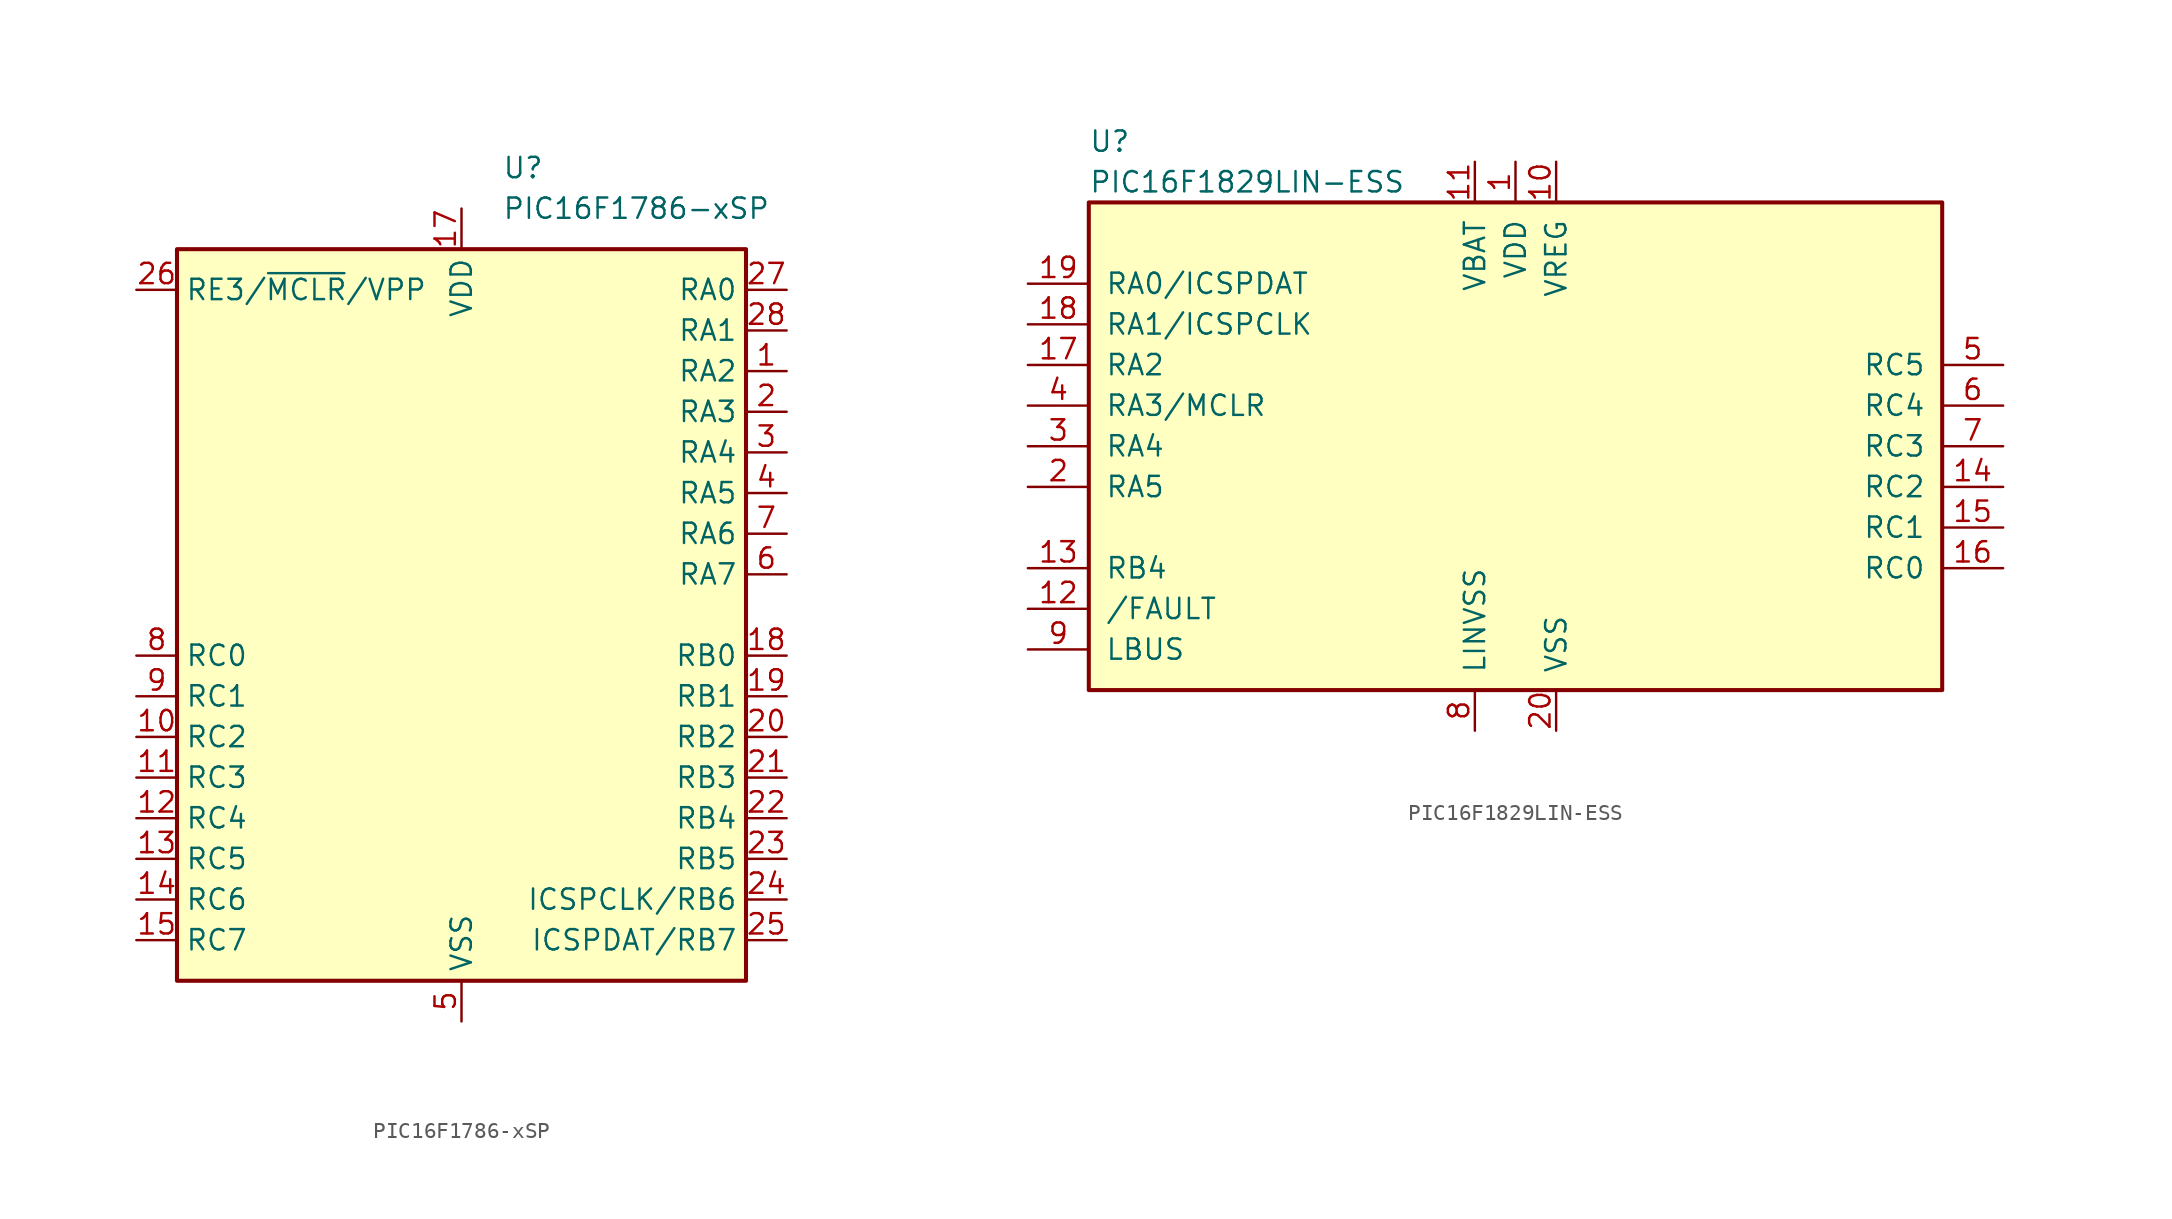
<source format=kicad_sym>
(kicad_symbol_lib
  (version 20201005)
  (generator kicad_symbol_editor)
  (symbol "PIC16F1786-xSP"
    (property "Reference" "U"
      (at 2.54 27.94 0)
      (effects (font (size 1.27 1.27)) (justify left)))
    (property "Value" "PIC16F1786-xSP"
      (at 2.54 25.4 0)
      (effects (font (size 1.27 1.27)) (justify left)))
    (symbol "PIC16F1786-xSP_0_1"
      (rectangle (start -17.78 -22.86) (end 17.78 22.86) (stroke (width 0.254)) (fill (type background))))
    (symbol "PIC16F1786-xSP_1_1"
      (pin bidirectional line (at 20.32 15.24 180) (length 2.54) (name "RA2" (effects (font (size 1.27 1.27)))) (number "1" (effects (font (size 1.27 1.27)))))
      (pin bidirectional line (at -20.32 -7.62 0) (length 2.54) (name "RC2" (effects (font (size 1.27 1.27)))) (number "10" (effects (font (size 1.27 1.27)))))
      (pin bidirectional line (at -20.32 -10.16 0) (length 2.54) (name "RC3" (effects (font (size 1.27 1.27)))) (number "11" (effects (font (size 1.27 1.27)))))
      (pin bidirectional line (at -20.32 -12.7 0) (length 2.54) (name "RC4" (effects (font (size 1.27 1.27)))) (number "12" (effects (font (size 1.27 1.27)))))
      (pin bidirectional line (at -20.32 -15.24 0) (length 2.54) (name "RC5" (effects (font (size 1.27 1.27)))) (number "13" (effects (font (size 1.27 1.27)))))
      (pin bidirectional line (at -20.32 -17.78 0) (length 2.54) (name "RC6" (effects (font (size 1.27 1.27)))) (number "14" (effects (font (size 1.27 1.27)))))
      (pin bidirectional line (at -20.32 -20.32 0) (length 2.54) (name "RC7" (effects (font (size 1.27 1.27)))) (number "15" (effects (font (size 1.27 1.27)))))
      (pin passive line (at 0 -25.4 90) (length 2.54) hide (name "VSS" (effects (font (size 1.27 1.27)))) (number "16" (effects (font (size 1.27 1.27)))))
      (pin power_in line (at 0 25.4 270) (length 2.54) (name "VDD" (effects (font (size 1.27 1.27)))) (number "17" (effects (font (size 1.27 1.27)))))
      (pin bidirectional line (at 20.32 -2.54 180) (length 2.54) (name "RB0" (effects (font (size 1.27 1.27)))) (number "18" (effects (font (size 1.27 1.27)))))
      (pin bidirectional line (at 20.32 -5.08 180) (length 2.54) (name "RB1" (effects (font (size 1.27 1.27)))) (number "19" (effects (font (size 1.27 1.27)))))
      (pin bidirectional line (at 20.32 12.7 180) (length 2.54) (name "RA3" (effects (font (size 1.27 1.27)))) (number "2" (effects (font (size 1.27 1.27)))))
      (pin bidirectional line (at 20.32 -7.62 180) (length 2.54) (name "RB2" (effects (font (size 1.27 1.27)))) (number "20" (effects (font (size 1.27 1.27)))))
      (pin bidirectional line (at 20.32 -10.16 180) (length 2.54) (name "RB3" (effects (font (size 1.27 1.27)))) (number "21" (effects (font (size 1.27 1.27)))))
      (pin bidirectional line (at 20.32 -12.7 180) (length 2.54) (name "RB4" (effects (font (size 1.27 1.27)))) (number "22" (effects (font (size 1.27 1.27)))))
      (pin bidirectional line (at 20.32 -15.24 180) (length 2.54) (name "RB5" (effects (font (size 1.27 1.27)))) (number "23" (effects (font (size 1.27 1.27)))))
      (pin bidirectional line (at 20.32 -17.78 180) (length 2.54) (name "ICSPCLK/RB6" (effects (font (size 1.27 1.27)))) (number "24" (effects (font (size 1.27 1.27)))))
      (pin bidirectional line (at 20.32 -20.32 180) (length 2.54) (name "ICSPDAT/RB7" (effects (font (size 1.27 1.27)))) (number "25" (effects (font (size 1.27 1.27)))))
      (pin input line (at -20.32 20.32 0) (length 2.54) (name "RE3/~MCLR~/VPP" (effects (font (size 1.27 1.27)))) (number "26" (effects (font (size 1.27 1.27)))))
      (pin bidirectional line (at 20.32 20.32 180) (length 2.54) (name "RA0" (effects (font (size 1.27 1.27)))) (number "27" (effects (font (size 1.27 1.27)))))
      (pin bidirectional line (at 20.32 17.78 180) (length 2.54) (name "RA1" (effects (font (size 1.27 1.27)))) (number "28" (effects (font (size 1.27 1.27)))))
      (pin bidirectional line (at 20.32 10.16 180) (length 2.54) (name "RA4" (effects (font (size 1.27 1.27)))) (number "3" (effects (font (size 1.27 1.27)))))
      (pin bidirectional line (at 20.32 7.62 180) (length 2.54) (name "RA5" (effects (font (size 1.27 1.27)))) (number "4" (effects (font (size 1.27 1.27)))))
      (pin power_in line (at 0 -25.4 90) (length 2.54) (name "VSS" (effects (font (size 1.27 1.27)))) (number "5" (effects (font (size 1.27 1.27)))))
      (pin bidirectional line (at 20.32 2.54 180) (length 2.54) (name "RA7" (effects (font (size 1.27 1.27)))) (number "6" (effects (font (size 1.27 1.27)))))
      (pin bidirectional line (at 20.32 5.08 180) (length 2.54) (name "RA6" (effects (font (size 1.27 1.27)))) (number "7" (effects (font (size 1.27 1.27)))))
      (pin bidirectional line (at -20.32 -2.54 0) (length 2.54) (name "RC0" (effects (font (size 1.27 1.27)))) (number "8" (effects (font (size 1.27 1.27)))))
      (pin bidirectional line (at -20.32 -5.08 0) (length 2.54) (name "RC1" (effects (font (size 1.27 1.27)))) (number "9" (effects (font (size 1.27 1.27)))))))
  (symbol "PIC16F1829LIN-ESS"
    (pin_names
      (offset 1.016))
    (property "Reference" "U"
      (at -26.67 19.05 0)
      (effects (font (size 1.27 1.27)) (justify left)))
    (property "Value" "PIC16F1829LIN-ESS"
      (at -26.67 16.51 0)
      (effects (font (size 1.27 1.27)) (justify left)))
    (symbol "PIC16F1829LIN-ESS_0_1"
      (rectangle (start -26.67 15.24) (end 26.67 -15.24) (stroke (width 0.254)) (fill (type background))))
    (symbol "PIC16F1829LIN-ESS_1_1"
      (pin power_in line (at 0 17.78 270) (length 2.54) (name "VDD" (effects (font (size 1.27 1.27)))) (number "1" (effects (font (size 1.27 1.27)))))
      (pin power_out line (at 2.54 17.78 270) (length 2.54) (name "VREG" (effects (font (size 1.27 1.27)))) (number "10" (effects (font (size 1.27 1.27)))))
      (pin power_in line (at -2.54 17.78 270) (length 2.54) (name "VBAT" (effects (font (size 1.27 1.27)))) (number "11" (effects (font (size 1.27 1.27)))))
      (pin bidirectional line (at -30.48 -10.16 0) (length 3.81) (name "/FAULT" (effects (font (size 1.27 1.27)))) (number "12" (effects (font (size 1.27 1.27)))))
      (pin bidirectional line (at -30.48 -7.62 0) (length 3.81) (name "RB4" (effects (font (size 1.27 1.27)))) (number "13" (effects (font (size 1.27 1.27)))))
      (pin bidirectional line (at 30.48 -2.54 180) (length 3.81) (name "RC2" (effects (font (size 1.27 1.27)))) (number "14" (effects (font (size 1.27 1.27)))))
      (pin bidirectional line (at 30.48 -5.08 180) (length 3.81) (name "RC1" (effects (font (size 1.27 1.27)))) (number "15" (effects (font (size 1.27 1.27)))))
      (pin bidirectional line (at 30.48 -7.62 180) (length 3.81) (name "RC0" (effects (font (size 1.27 1.27)))) (number "16" (effects (font (size 1.27 1.27)))))
      (pin bidirectional line (at -30.48 5.08 0) (length 3.81) (name "RA2" (effects (font (size 1.27 1.27)))) (number "17" (effects (font (size 1.27 1.27)))))
      (pin bidirectional line (at -30.48 7.62 0) (length 3.81) (name "RA1/ICSPCLK" (effects (font (size 1.27 1.27)))) (number "18" (effects (font (size 1.27 1.27)))))
      (pin bidirectional line (at -30.48 10.16 0) (length 3.81) (name "RA0/ICSPDAT" (effects (font (size 1.27 1.27)))) (number "19" (effects (font (size 1.27 1.27)))))
      (pin bidirectional line (at -30.48 -2.54 0) (length 3.81) (name "RA5" (effects (font (size 1.27 1.27)))) (number "2" (effects (font (size 1.27 1.27)))))
      (pin power_in line (at 2.54 -17.78 90) (length 2.54) (name "VSS" (effects (font (size 1.27 1.27)))) (number "20" (effects (font (size 1.27 1.27)))))
      (pin bidirectional line (at -30.48 0 0) (length 3.81) (name "RA4" (effects (font (size 1.27 1.27)))) (number "3" (effects (font (size 1.27 1.27)))))
      (pin bidirectional line (at -30.48 2.54 0) (length 3.81) (name "RA3/MCLR" (effects (font (size 1.27 1.27)))) (number "4" (effects (font (size 1.27 1.27)))))
      (pin bidirectional line (at 30.48 5.08 180) (length 3.81) (name "RC5" (effects (font (size 1.27 1.27)))) (number "5" (effects (font (size 1.27 1.27)))))
      (pin bidirectional line (at 30.48 2.54 180) (length 3.81) (name "RC4" (effects (font (size 1.27 1.27)))) (number "6" (effects (font (size 1.27 1.27)))))
      (pin bidirectional line (at 30.48 0 180) (length 3.81) (name "RC3" (effects (font (size 1.27 1.27)))) (number "7" (effects (font (size 1.27 1.27)))))
      (pin power_in line (at -2.54 -17.78 90) (length 2.54) (name "LINVSS" (effects (font (size 1.27 1.27)))) (number "8" (effects (font (size 1.27 1.27)))))
      (pin bidirectional line (at -30.48 -12.7 0) (length 3.81) (name "LBUS" (effects (font (size 1.27 1.27)))) (number "9" (effects (font (size 1.27 1.27))))))))
</source>
